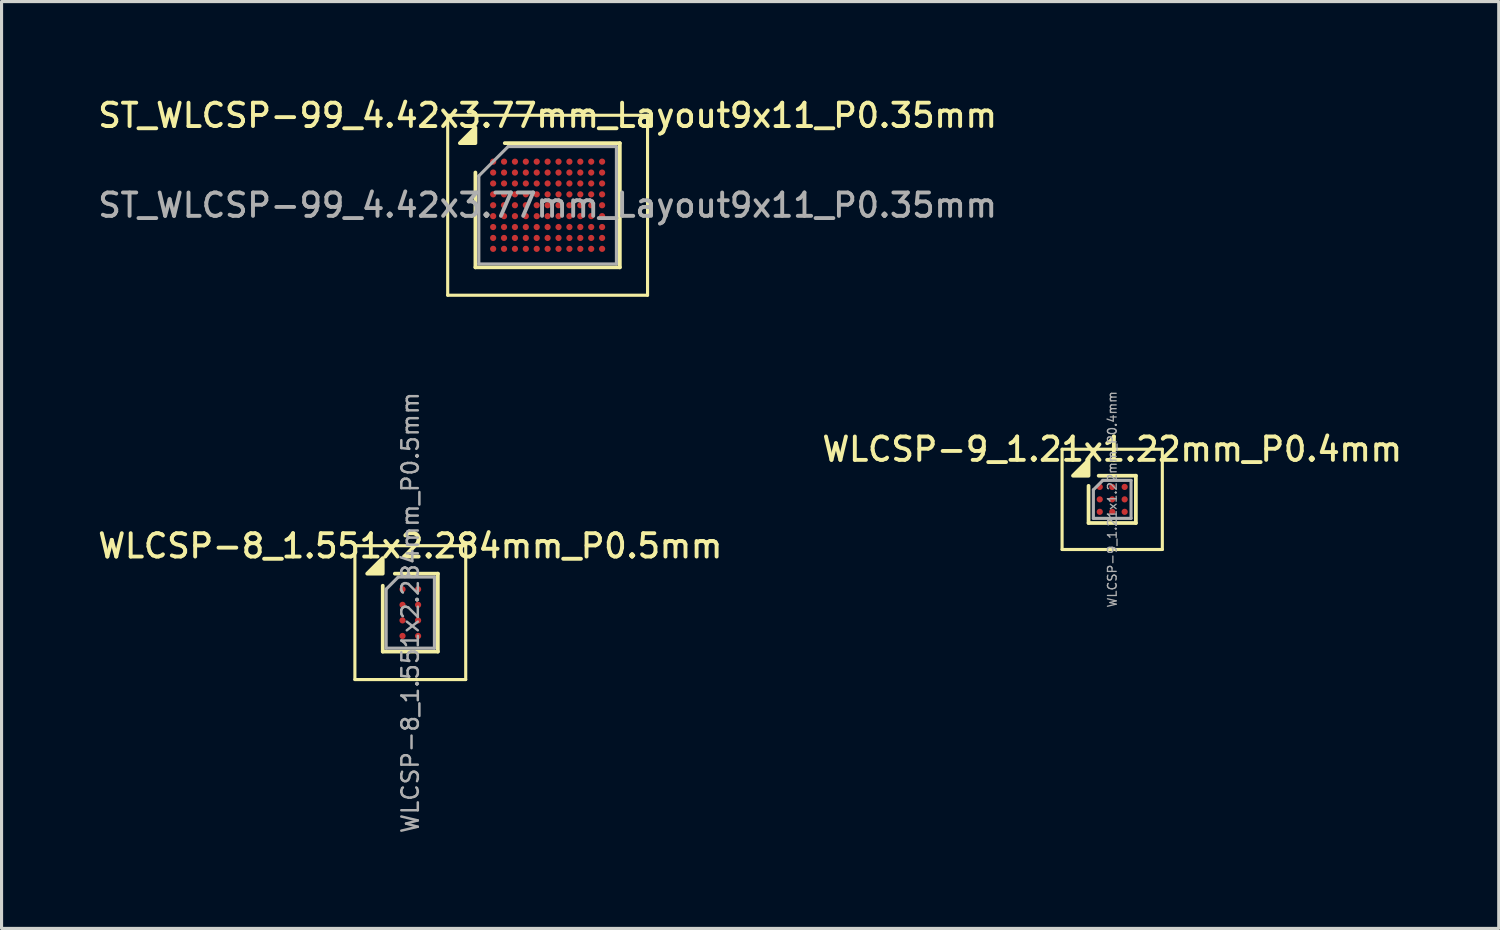
<source format=kicad_pcb>
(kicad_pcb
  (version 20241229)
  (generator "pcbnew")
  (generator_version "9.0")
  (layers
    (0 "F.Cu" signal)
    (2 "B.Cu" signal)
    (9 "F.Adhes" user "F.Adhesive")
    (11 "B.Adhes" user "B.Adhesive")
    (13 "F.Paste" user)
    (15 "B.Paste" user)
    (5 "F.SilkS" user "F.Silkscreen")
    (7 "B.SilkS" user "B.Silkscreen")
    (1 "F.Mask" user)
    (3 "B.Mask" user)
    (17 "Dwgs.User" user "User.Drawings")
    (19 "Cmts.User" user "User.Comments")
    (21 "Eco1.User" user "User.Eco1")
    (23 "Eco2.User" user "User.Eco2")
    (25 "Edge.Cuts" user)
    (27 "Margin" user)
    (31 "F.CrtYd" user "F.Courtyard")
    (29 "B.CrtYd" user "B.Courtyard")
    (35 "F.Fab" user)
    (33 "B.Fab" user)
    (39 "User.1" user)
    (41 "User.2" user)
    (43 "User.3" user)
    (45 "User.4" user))
  (footprint "ST_WLCSP-99_4.42x3.77mm_Layout9x11_P0.35mm"
    (layer "F.Cu")
    (at 14.541 3.543)
    (property "Reference" "ST_WLCSP-99_4.42x3.77mm_Layout9x11_P0.35mm" (at 0 -2.885 0) (layer "F.SilkS") (effects (font (size 0.75 0.75) (thickness 0.125))))
    (attr smd)
    (fp_line (start -3.21 -2.89) (end -3.21 2.89) (stroke (width 0.1) (type solid)) (layer "F.SilkS"))
    (fp_line (start -3.21 2.89) (end 3.21 2.89) (stroke (width 0.1) (type solid)) (layer "F.SilkS"))
    (fp_line (start -2.32 1.995) (end -2.32 -1.052) (stroke (width 0.12) (type solid)) (layer "F.SilkS"))
    (fp_line (start -1.377 -1.995) (end 2.32 -1.995) (stroke (width 0.12) (type solid)) (layer "F.SilkS"))
    (fp_line (start 2.32 -1.995) (end 2.32 1.995) (stroke (width 0.12) (type solid)) (layer "F.SilkS"))
    (fp_line (start 2.32 1.995) (end -2.32 1.995) (stroke (width 0.12) (type solid)) (layer "F.SilkS"))
    (fp_line (start 3.21 -2.89) (end -3.21 -2.89) (stroke (width 0.1) (type solid)) (layer "F.SilkS"))
    (fp_line (start 3.21 2.89) (end 3.21 -2.89) (stroke (width 0.1) (type solid)) (layer "F.SilkS"))
    (fp_poly (pts (xy -2.32 -1.995) (xy -2.82 -1.995) (xy -2.32 -2.495) (xy -2.32 -1.995)) (stroke (width 0.12) (type solid)) (fill yes) (layer "F.SilkS"))
    (fp_line (start -2.21 -0.943) (end -1.268 -1.885) (stroke (width 0.1) (type solid)) (layer "F.Fab"))
    (fp_line (start -2.21 1.885) (end -2.21 -0.943) (stroke (width 0.1) (type solid)) (layer "F.Fab"))
    (fp_line (start -1.268 -1.885) (end 2.21 -1.885) (stroke (width 0.1) (type solid)) (layer "F.Fab"))
    (fp_line (start 2.21 -1.885) (end 2.21 1.885) (stroke (width 0.1) (type solid)) (layer "F.Fab"))
    (fp_line (start 2.21 1.885) (end -2.21 1.885) (stroke (width 0.1) (type solid)) (layer "F.Fab"))
    (fp_text user "${REFERENCE}" (at 0 0 0) (layer "F.Fab") (effects (font (size 0.75 0.75) (thickness 0.125))))
    (pad "A1" smd circle (at -1.75 -1.4) (size 0.2 0.2) (property pad_prop_bga) (layers "F.Cu" "F.Mask" "F.Paste"))
    (pad "A2" smd circle (at -1.4 -1.4) (size 0.2 0.2) (property pad_prop_bga) (layers "F.Cu" "F.Mask" "F.Paste"))
    (pad "A3" smd circle (at -1.05 -1.4) (size 0.2 0.2) (property pad_prop_bga) (layers "F.Cu" "F.Mask" "F.Paste"))
    (pad "A4" smd circle (at -0.7 -1.4) (size 0.2 0.2) (property pad_prop_bga) (layers "F.Cu" "F.Mask" "F.Paste"))
    (pad "A5" smd circle (at -0.35 -1.4) (size 0.2 0.2) (property pad_prop_bga) (layers "F.Cu" "F.Mask" "F.Paste"))
    (pad "A6" smd circle (at 0 -1.4) (size 0.2 0.2) (property pad_prop_bga) (layers "F.Cu" "F.Mask" "F.Paste"))
    (pad "A7" smd circle (at 0.35 -1.4) (size 0.2 0.2) (property pad_prop_bga) (layers "F.Cu" "F.Mask" "F.Paste"))
    (pad "A8" smd circle (at 0.7 -1.4) (size 0.2 0.2) (property pad_prop_bga) (layers "F.Cu" "F.Mask" "F.Paste"))
    (pad "A9" smd circle (at 1.05 -1.4) (size 0.2 0.2) (property pad_prop_bga) (layers "F.Cu" "F.Mask" "F.Paste"))
    (pad "A10" smd circle (at 1.4 -1.4) (size 0.2 0.2) (property pad_prop_bga) (layers "F.Cu" "F.Mask" "F.Paste"))
    (pad "A11" smd circle (at 1.75 -1.4) (size 0.2 0.2) (property pad_prop_bga) (layers "F.Cu" "F.Mask" "F.Paste"))
    (pad "B1" smd circle (at -1.75 -1.05) (size 0.2 0.2) (property pad_prop_bga) (layers "F.Cu" "F.Mask" "F.Paste"))
    (pad "B2" smd circle (at -1.4 -1.05) (size 0.2 0.2) (property pad_prop_bga) (layers "F.Cu" "F.Mask" "F.Paste"))
    (pad "B3" smd circle (at -1.05 -1.05) (size 0.2 0.2) (property pad_prop_bga) (layers "F.Cu" "F.Mask" "F.Paste"))
    (pad "B4" smd circle (at -0.7 -1.05) (size 0.2 0.2) (property pad_prop_bga) (layers "F.Cu" "F.Mask" "F.Paste"))
    (pad "B5" smd circle (at -0.35 -1.05) (size 0.2 0.2) (property pad_prop_bga) (layers "F.Cu" "F.Mask" "F.Paste"))
    (pad "B6" smd circle (at 0 -1.05) (size 0.2 0.2) (property pad_prop_bga) (layers "F.Cu" "F.Mask" "F.Paste"))
    (pad "B7" smd circle (at 0.35 -1.05) (size 0.2 0.2) (property pad_prop_bga) (layers "F.Cu" "F.Mask" "F.Paste"))
    (pad "B8" smd circle (at 0.7 -1.05) (size 0.2 0.2) (property pad_prop_bga) (layers "F.Cu" "F.Mask" "F.Paste"))
    (pad "B9" smd circle (at 1.05 -1.05) (size 0.2 0.2) (property pad_prop_bga) (layers "F.Cu" "F.Mask" "F.Paste"))
    (pad "B10" smd circle (at 1.4 -1.05) (size 0.2 0.2) (property pad_prop_bga) (layers "F.Cu" "F.Mask" "F.Paste"))
    (pad "B11" smd circle (at 1.75 -1.05) (size 0.2 0.2) (property pad_prop_bga) (layers "F.Cu" "F.Mask" "F.Paste"))
    (pad "C1" smd circle (at -1.75 -0.7) (size 0.2 0.2) (property pad_prop_bga) (layers "F.Cu" "F.Mask" "F.Paste"))
    (pad "C2" smd circle (at -1.4 -0.7) (size 0.2 0.2) (property pad_prop_bga) (layers "F.Cu" "F.Mask" "F.Paste"))
    (pad "C3" smd circle (at -1.05 -0.7) (size 0.2 0.2) (property pad_prop_bga) (layers "F.Cu" "F.Mask" "F.Paste"))
    (pad "C4" smd circle (at -0.7 -0.7) (size 0.2 0.2) (property pad_prop_bga) (layers "F.Cu" "F.Mask" "F.Paste"))
    (pad "C5" smd circle (at -0.35 -0.7) (size 0.2 0.2) (property pad_prop_bga) (layers "F.Cu" "F.Mask" "F.Paste"))
    (pad "C6" smd circle (at 0 -0.7) (size 0.2 0.2) (property pad_prop_bga) (layers "F.Cu" "F.Mask" "F.Paste"))
    (pad "C7" smd circle (at 0.35 -0.7) (size 0.2 0.2) (property pad_prop_bga) (layers "F.Cu" "F.Mask" "F.Paste"))
    (pad "C8" smd circle (at 0.7 -0.7) (size 0.2 0.2) (property pad_prop_bga) (layers "F.Cu" "F.Mask" "F.Paste"))
    (pad "C9" smd circle (at 1.05 -0.7) (size 0.2 0.2) (property pad_prop_bga) (layers "F.Cu" "F.Mask" "F.Paste"))
    (pad "C10" smd circle (at 1.4 -0.7) (size 0.2 0.2) (property pad_prop_bga) (layers "F.Cu" "F.Mask" "F.Paste"))
    (pad "C11" smd circle (at 1.75 -0.7) (size 0.2 0.2) (property pad_prop_bga) (layers "F.Cu" "F.Mask" "F.Paste"))
    (pad "D1" smd circle (at -1.75 -0.35) (size 0.2 0.2) (property pad_prop_bga) (layers "F.Cu" "F.Mask" "F.Paste"))
    (pad "D2" smd circle (at -1.4 -0.35) (size 0.2 0.2) (property pad_prop_bga) (layers "F.Cu" "F.Mask" "F.Paste"))
    (pad "D3" smd circle (at -1.05 -0.35) (size 0.2 0.2) (property pad_prop_bga) (layers "F.Cu" "F.Mask" "F.Paste"))
    (pad "D4" smd circle (at -0.7 -0.35) (size 0.2 0.2) (property pad_prop_bga) (layers "F.Cu" "F.Mask" "F.Paste"))
    (pad "D5" smd circle (at -0.35 -0.35) (size 0.2 0.2) (property pad_prop_bga) (layers "F.Cu" "F.Mask" "F.Paste"))
    (pad "D6" smd circle (at 0 -0.35) (size 0.2 0.2) (property pad_prop_bga) (layers "F.Cu" "F.Mask" "F.Paste"))
    (pad "D7" smd circle (at 0.35 -0.35) (size 0.2 0.2) (property pad_prop_bga) (layers "F.Cu" "F.Mask" "F.Paste"))
    (pad "D8" smd circle (at 0.7 -0.35) (size 0.2 0.2) (property pad_prop_bga) (layers "F.Cu" "F.Mask" "F.Paste"))
    (pad "D9" smd circle (at 1.05 -0.35) (size 0.2 0.2) (property pad_prop_bga) (layers "F.Cu" "F.Mask" "F.Paste"))
    (pad "D10" smd circle (at 1.4 -0.35) (size 0.2 0.2) (property pad_prop_bga) (layers "F.Cu" "F.Mask" "F.Paste"))
    (pad "D11" smd circle (at 1.75 -0.35) (size 0.2 0.2) (property pad_prop_bga) (layers "F.Cu" "F.Mask" "F.Paste"))
    (pad "E1" smd circle (at -1.75 0) (size 0.2 0.2) (property pad_prop_bga) (layers "F.Cu" "F.Mask" "F.Paste"))
    (pad "E2" smd circle (at -1.4 0) (size 0.2 0.2) (property pad_prop_bga) (layers "F.Cu" "F.Mask" "F.Paste"))
    (pad "E3" smd circle (at -1.05 0) (size 0.2 0.2) (property pad_prop_bga) (layers "F.Cu" "F.Mask" "F.Paste"))
    (pad "E4" smd circle (at -0.7 0) (size 0.2 0.2) (property pad_prop_bga) (layers "F.Cu" "F.Mask" "F.Paste"))
    (pad "E5" smd circle (at -0.35 0) (size 0.2 0.2) (property pad_prop_bga) (layers "F.Cu" "F.Mask" "F.Paste"))
    (pad "E6" smd circle (at 0 0) (size 0.2 0.2) (property pad_prop_bga) (layers "F.Cu" "F.Mask" "F.Paste"))
    (pad "E7" smd circle (at 0.35 0) (size 0.2 0.2) (property pad_prop_bga) (layers "F.Cu" "F.Mask" "F.Paste"))
    (pad "E8" smd circle (at 0.7 0) (size 0.2 0.2) (property pad_prop_bga) (layers "F.Cu" "F.Mask" "F.Paste"))
    (pad "E9" smd circle (at 1.05 0) (size 0.2 0.2) (property pad_prop_bga) (layers "F.Cu" "F.Mask" "F.Paste"))
    (pad "E10" smd circle (at 1.4 0) (size 0.2 0.2) (property pad_prop_bga) (layers "F.Cu" "F.Mask" "F.Paste"))
    (pad "E11" smd circle (at 1.75 0) (size 0.2 0.2) (property pad_prop_bga) (layers "F.Cu" "F.Mask" "F.Paste"))
    (pad "F1" smd circle (at -1.75 0.35) (size 0.2 0.2) (property pad_prop_bga) (layers "F.Cu" "F.Mask" "F.Paste"))
    (pad "F2" smd circle (at -1.4 0.35) (size 0.2 0.2) (property pad_prop_bga) (layers "F.Cu" "F.Mask" "F.Paste"))
    (pad "F3" smd circle (at -1.05 0.35) (size 0.2 0.2) (property pad_prop_bga) (layers "F.Cu" "F.Mask" "F.Paste"))
    (pad "F4" smd circle (at -0.7 0.35) (size 0.2 0.2) (property pad_prop_bga) (layers "F.Cu" "F.Mask" "F.Paste"))
    (pad "F5" smd circle (at -0.35 0.35) (size 0.2 0.2) (property pad_prop_bga) (layers "F.Cu" "F.Mask" "F.Paste"))
    (pad "F6" smd circle (at 0 0.35) (size 0.2 0.2) (property pad_prop_bga) (layers "F.Cu" "F.Mask" "F.Paste"))
    (pad "F7" smd circle (at 0.35 0.35) (size 0.2 0.2) (property pad_prop_bga) (layers "F.Cu" "F.Mask" "F.Paste"))
    (pad "F8" smd circle (at 0.7 0.35) (size 0.2 0.2) (property pad_prop_bga) (layers "F.Cu" "F.Mask" "F.Paste"))
    (pad "F9" smd circle (at 1.05 0.35) (size 0.2 0.2) (property pad_prop_bga) (layers "F.Cu" "F.Mask" "F.Paste"))
    (pad "F10" smd circle (at 1.4 0.35) (size 0.2 0.2) (property pad_prop_bga) (layers "F.Cu" "F.Mask" "F.Paste"))
    (pad "F11" smd circle (at 1.75 0.35) (size 0.2 0.2) (property pad_prop_bga) (layers "F.Cu" "F.Mask" "F.Paste"))
    (pad "G1" smd circle (at -1.75 0.7) (size 0.2 0.2) (property pad_prop_bga) (layers "F.Cu" "F.Mask" "F.Paste"))
    (pad "G2" smd circle (at -1.4 0.7) (size 0.2 0.2) (property pad_prop_bga) (layers "F.Cu" "F.Mask" "F.Paste"))
    (pad "G3" smd circle (at -1.05 0.7) (size 0.2 0.2) (property pad_prop_bga) (layers "F.Cu" "F.Mask" "F.Paste"))
    (pad "G4" smd circle (at -0.7 0.7) (size 0.2 0.2) (property pad_prop_bga) (layers "F.Cu" "F.Mask" "F.Paste"))
    (pad "G5" smd circle (at -0.35 0.7) (size 0.2 0.2) (property pad_prop_bga) (layers "F.Cu" "F.Mask" "F.Paste"))
    (pad "G6" smd circle (at 0 0.7) (size 0.2 0.2) (property pad_prop_bga) (layers "F.Cu" "F.Mask" "F.Paste"))
    (pad "G7" smd circle (at 0.35 0.7) (size 0.2 0.2) (property pad_prop_bga) (layers "F.Cu" "F.Mask" "F.Paste"))
    (pad "G8" smd circle (at 0.7 0.7) (size 0.2 0.2) (property pad_prop_bga) (layers "F.Cu" "F.Mask" "F.Paste"))
    (pad "G9" smd circle (at 1.05 0.7) (size 0.2 0.2) (property pad_prop_bga) (layers "F.Cu" "F.Mask" "F.Paste"))
    (pad "G10" smd circle (at 1.4 0.7) (size 0.2 0.2) (property pad_prop_bga) (layers "F.Cu" "F.Mask" "F.Paste"))
    (pad "G11" smd circle (at 1.75 0.7) (size 0.2 0.2) (property pad_prop_bga) (layers "F.Cu" "F.Mask" "F.Paste"))
    (pad "H1" smd circle (at -1.75 1.05) (size 0.2 0.2) (property pad_prop_bga) (layers "F.Cu" "F.Mask" "F.Paste"))
    (pad "H2" smd circle (at -1.4 1.05) (size 0.2 0.2) (property pad_prop_bga) (layers "F.Cu" "F.Mask" "F.Paste"))
    (pad "H3" smd circle (at -1.05 1.05) (size 0.2 0.2) (property pad_prop_bga) (layers "F.Cu" "F.Mask" "F.Paste"))
    (pad "H4" smd circle (at -0.7 1.05) (size 0.2 0.2) (property pad_prop_bga) (layers "F.Cu" "F.Mask" "F.Paste"))
    (pad "H5" smd circle (at -0.35 1.05) (size 0.2 0.2) (property pad_prop_bga) (layers "F.Cu" "F.Mask" "F.Paste"))
    (pad "H6" smd circle (at 0 1.05) (size 0.2 0.2) (property pad_prop_bga) (layers "F.Cu" "F.Mask" "F.Paste"))
    (pad "H7" smd circle (at 0.35 1.05) (size 0.2 0.2) (property pad_prop_bga) (layers "F.Cu" "F.Mask" "F.Paste"))
    (pad "H8" smd circle (at 0.7 1.05) (size 0.2 0.2) (property pad_prop_bga) (layers "F.Cu" "F.Mask" "F.Paste"))
    (pad "H9" smd circle (at 1.05 1.05) (size 0.2 0.2) (property pad_prop_bga) (layers "F.Cu" "F.Mask" "F.Paste"))
    (pad "H10" smd circle (at 1.4 1.05) (size 0.2 0.2) (property pad_prop_bga) (layers "F.Cu" "F.Mask" "F.Paste"))
    (pad "H11" smd circle (at 1.75 1.05) (size 0.2 0.2) (property pad_prop_bga) (layers "F.Cu" "F.Mask" "F.Paste"))
    (pad "J1" smd circle (at -1.75 1.4) (size 0.2 0.2) (property pad_prop_bga) (layers "F.Cu" "F.Mask" "F.Paste"))
    (pad "J2" smd circle (at -1.4 1.4) (size 0.2 0.2) (property pad_prop_bga) (layers "F.Cu" "F.Mask" "F.Paste"))
    (pad "J3" smd circle (at -1.05 1.4) (size 0.2 0.2) (property pad_prop_bga) (layers "F.Cu" "F.Mask" "F.Paste"))
    (pad "J4" smd circle (at -0.7 1.4) (size 0.2 0.2) (property pad_prop_bga) (layers "F.Cu" "F.Mask" "F.Paste"))
    (pad "J5" smd circle (at -0.35 1.4) (size 0.2 0.2) (property pad_prop_bga) (layers "F.Cu" "F.Mask" "F.Paste"))
    (pad "J6" smd circle (at 0 1.4) (size 0.2 0.2) (property pad_prop_bga) (layers "F.Cu" "F.Mask" "F.Paste"))
    (pad "J7" smd circle (at 0.35 1.4) (size 0.2 0.2) (property pad_prop_bga) (layers "F.Cu" "F.Mask" "F.Paste"))
    (pad "J8" smd circle (at 0.7 1.4) (size 0.2 0.2) (property pad_prop_bga) (layers "F.Cu" "F.Mask" "F.Paste"))
    (pad "J9" smd circle (at 1.05 1.4) (size 0.2 0.2) (property pad_prop_bga) (layers "F.Cu" "F.Mask" "F.Paste"))
    (pad "J10" smd circle (at 1.4 1.4) (size 0.2 0.2) (property pad_prop_bga) (layers "F.Cu" "F.Mask" "F.Paste"))
    (pad "J11" smd circle (at 1.75 1.4) (size 0.2 0.2) (property pad_prop_bga) (layers "F.Cu" "F.Mask" "F.Paste")))
  (footprint "WLCSP-9_1.21x1.22mm_P0.4mm"
    (layer "F.Cu")
    (at 32.677 12.991)
    (property "Reference" "WLCSP-9_1.21x1.22mm_P0.4mm" (at 0 -1.61 0) (layer "F.SilkS") (effects (font (size 0.75 0.75) (thickness 0.125))))
    (attr smd)
    (fp_line (start -1.61 -1.61) (end -1.61 1.61) (stroke (width 0.1) (type solid)) (layer "F.SilkS"))
    (fp_line (start -1.61 1.61) (end 1.61 1.61) (stroke (width 0.1) (type solid)) (layer "F.SilkS"))
    (fp_line (start -0.76 0.76) (end -0.76 -0.435) (stroke (width 0.12) (type solid)) (layer "F.SilkS"))
    (fp_line (start -0.435 -0.76) (end 0.76 -0.76) (stroke (width 0.12) (type solid)) (layer "F.SilkS"))
    (fp_line (start 0.76 -0.76) (end 0.76 0.76) (stroke (width 0.12) (type solid)) (layer "F.SilkS"))
    (fp_line (start 0.76 0.76) (end -0.76 0.76) (stroke (width 0.12) (type solid)) (layer "F.SilkS"))
    (fp_line (start 1.61 -1.61) (end -1.61 -1.61) (stroke (width 0.1) (type solid)) (layer "F.SilkS"))
    (fp_line (start 1.61 1.61) (end 1.61 -1.61) (stroke (width 0.1) (type solid)) (layer "F.SilkS"))
    (fp_poly (pts (xy -0.76 -0.76) (xy -1.26 -0.76) (xy -0.76 -1.26) (xy -0.76 -0.76)) (stroke (width 0.12) (type solid)) (fill yes) (layer "F.SilkS"))
    (fp_line (start -0.605 -0.307) (end -0.302 -0.61) (stroke (width 0.1) (type solid)) (layer "F.Fab"))
    (fp_line (start -0.605 0.61) (end -0.605 -0.307) (stroke (width 0.1) (type solid)) (layer "F.Fab"))
    (fp_line (start -0.302 -0.61) (end 0.605 -0.61) (stroke (width 0.1) (type solid)) (layer "F.Fab"))
    (fp_line (start 0.605 -0.61) (end 0.605 0.61) (stroke (width 0.1) (type solid)) (layer "F.Fab"))
    (fp_line (start 0.605 0.61) (end -0.605 0.61) (stroke (width 0.1) (type solid)) (layer "F.Fab"))
    (fp_text user "${REFERENCE}" (at 0 0 270) (layer "F.Fab") (effects (font (size 0.28 0.28) (thickness 0.042))))
    (pad "A1" smd circle (at -0.4 -0.4) (size 0.2 0.2) (property pad_prop_bga) (layers "F.Cu" "F.Mask" "F.Paste"))
    (pad "A2" smd circle (at 0 -0.4) (size 0.2 0.2) (property pad_prop_bga) (layers "F.Cu" "F.Mask" "F.Paste"))
    (pad "A3" smd circle (at 0.4 -0.4) (size 0.2 0.2) (property pad_prop_bga) (layers "F.Cu" "F.Mask" "F.Paste"))
    (pad "B1" smd circle (at -0.4 0) (size 0.2 0.2) (property pad_prop_bga) (layers "F.Cu" "F.Mask" "F.Paste"))
    (pad "B2" smd circle (at 0 0) (size 0.2 0.2) (property pad_prop_bga) (layers "F.Cu" "F.Mask" "F.Paste"))
    (pad "B3" smd circle (at 0.4 0) (size 0.2 0.2) (property pad_prop_bga) (layers "F.Cu" "F.Mask" "F.Paste"))
    (pad "C1" smd circle (at -0.4 0.4) (size 0.2 0.2) (property pad_prop_bga) (layers "F.Cu" "F.Mask" "F.Paste"))
    (pad "C2" smd circle (at 0 0.4) (size 0.2 0.2) (property pad_prop_bga) (layers "F.Cu" "F.Mask" "F.Paste"))
    (pad "C3" smd circle (at 0.4 0.4) (size 0.2 0.2) (property pad_prop_bga) (layers "F.Cu" "F.Mask" "F.Paste")))
  (footprint "WLCSP-8_1.551x2.284mm_P0.5mm"
    (layer "F.Cu")
    (at 10.13 16.629)
    (property "Reference" "WLCSP-8_1.551x2.284mm_P0.5mm" (at 0 -2.142 0) (layer "F.SilkS") (effects (font (size 0.75 0.75) (thickness 0.125))))
    (attr smd)
    (fp_line (start -1.78 -2.15) (end -1.78 2.15) (stroke (width 0.1) (type solid)) (layer "F.SilkS"))
    (fp_line (start -1.78 2.15) (end 1.78 2.15) (stroke (width 0.1) (type solid)) (layer "F.SilkS"))
    (fp_line (start -0.885 1.252) (end -0.885 -0.864) (stroke (width 0.12) (type solid)) (layer "F.SilkS"))
    (fp_line (start -0.498 -1.252) (end 0.885 -1.252) (stroke (width 0.12) (type solid)) (layer "F.SilkS"))
    (fp_line (start 0.885 -1.252) (end 0.885 1.252) (stroke (width 0.12) (type solid)) (layer "F.SilkS"))
    (fp_line (start 0.885 1.252) (end -0.885 1.252) (stroke (width 0.12) (type solid)) (layer "F.SilkS"))
    (fp_line (start 1.78 -2.15) (end -1.78 -2.15) (stroke (width 0.1) (type solid)) (layer "F.SilkS"))
    (fp_line (start 1.78 2.15) (end 1.78 -2.15) (stroke (width 0.1) (type solid)) (layer "F.SilkS"))
    (fp_poly (pts (xy -0.885 -1.252) (xy -1.385 -1.252) (xy -0.885 -1.752) (xy -0.885 -1.252)) (stroke (width 0.12) (type solid)) (fill yes) (layer "F.SilkS"))
    (fp_line (start -0.775 -0.754) (end -0.388 -1.142) (stroke (width 0.1) (type solid)) (layer "F.Fab"))
    (fp_line (start -0.775 1.142) (end -0.775 -0.754) (stroke (width 0.1) (type solid)) (layer "F.Fab"))
    (fp_line (start -0.388 -1.142) (end 0.775 -1.142) (stroke (width 0.1) (type solid)) (layer "F.Fab"))
    (fp_line (start 0.775 -1.142) (end 0.775 1.142) (stroke (width 0.1) (type solid)) (layer "F.Fab"))
    (fp_line (start 0.775 1.142) (end -0.775 1.142) (stroke (width 0.1) (type solid)) (layer "F.Fab"))
    (fp_text user "${REFERENCE}" (at 0 0 270) (layer "F.Fab") (effects (font (size 0.53 0.53) (thickness 0.08))))
    (pad "A1" smd circle (at -0.25 -0.75) (size 0.2 0.2) (property pad_prop_bga) (layers "F.Cu" "F.Mask" "F.Paste"))
    (pad "A2" smd circle (at 0.25 -0.75) (size 0.2 0.2) (property pad_prop_bga) (layers "F.Cu" "F.Mask" "F.Paste"))
    (pad "B1" smd circle (at -0.25 -0.25) (size 0.2 0.2) (property pad_prop_bga) (layers "F.Cu" "F.Mask" "F.Paste"))
    (pad "B2" smd circle (at 0.25 -0.25) (size 0.2 0.2) (property pad_prop_bga) (layers "F.Cu" "F.Mask" "F.Paste"))
    (pad "C1" smd circle (at -0.25 0.25) (size 0.2 0.2) (property pad_prop_bga) (layers "F.Cu" "F.Mask" "F.Paste"))
    (pad "C2" smd circle (at 0.25 0.25) (size 0.2 0.2) (property pad_prop_bga) (layers "F.Cu" "F.Mask" "F.Paste"))
    (pad "D1" smd circle (at -0.25 0.75) (size 0.2 0.2) (property pad_prop_bga) (layers "F.Cu" "F.Mask" "F.Paste"))
    (pad "D2" smd circle (at 0.25 0.75) (size 0.2 0.2) (property pad_prop_bga) (layers "F.Cu" "F.Mask" "F.Paste")))
  (gr_rect
    (start -3 -3)
    (end 45.093 26.774)
    (stroke (width 0.1) (type default))
    (fill no)
    (layer "Edge.Cuts")))
</source>
